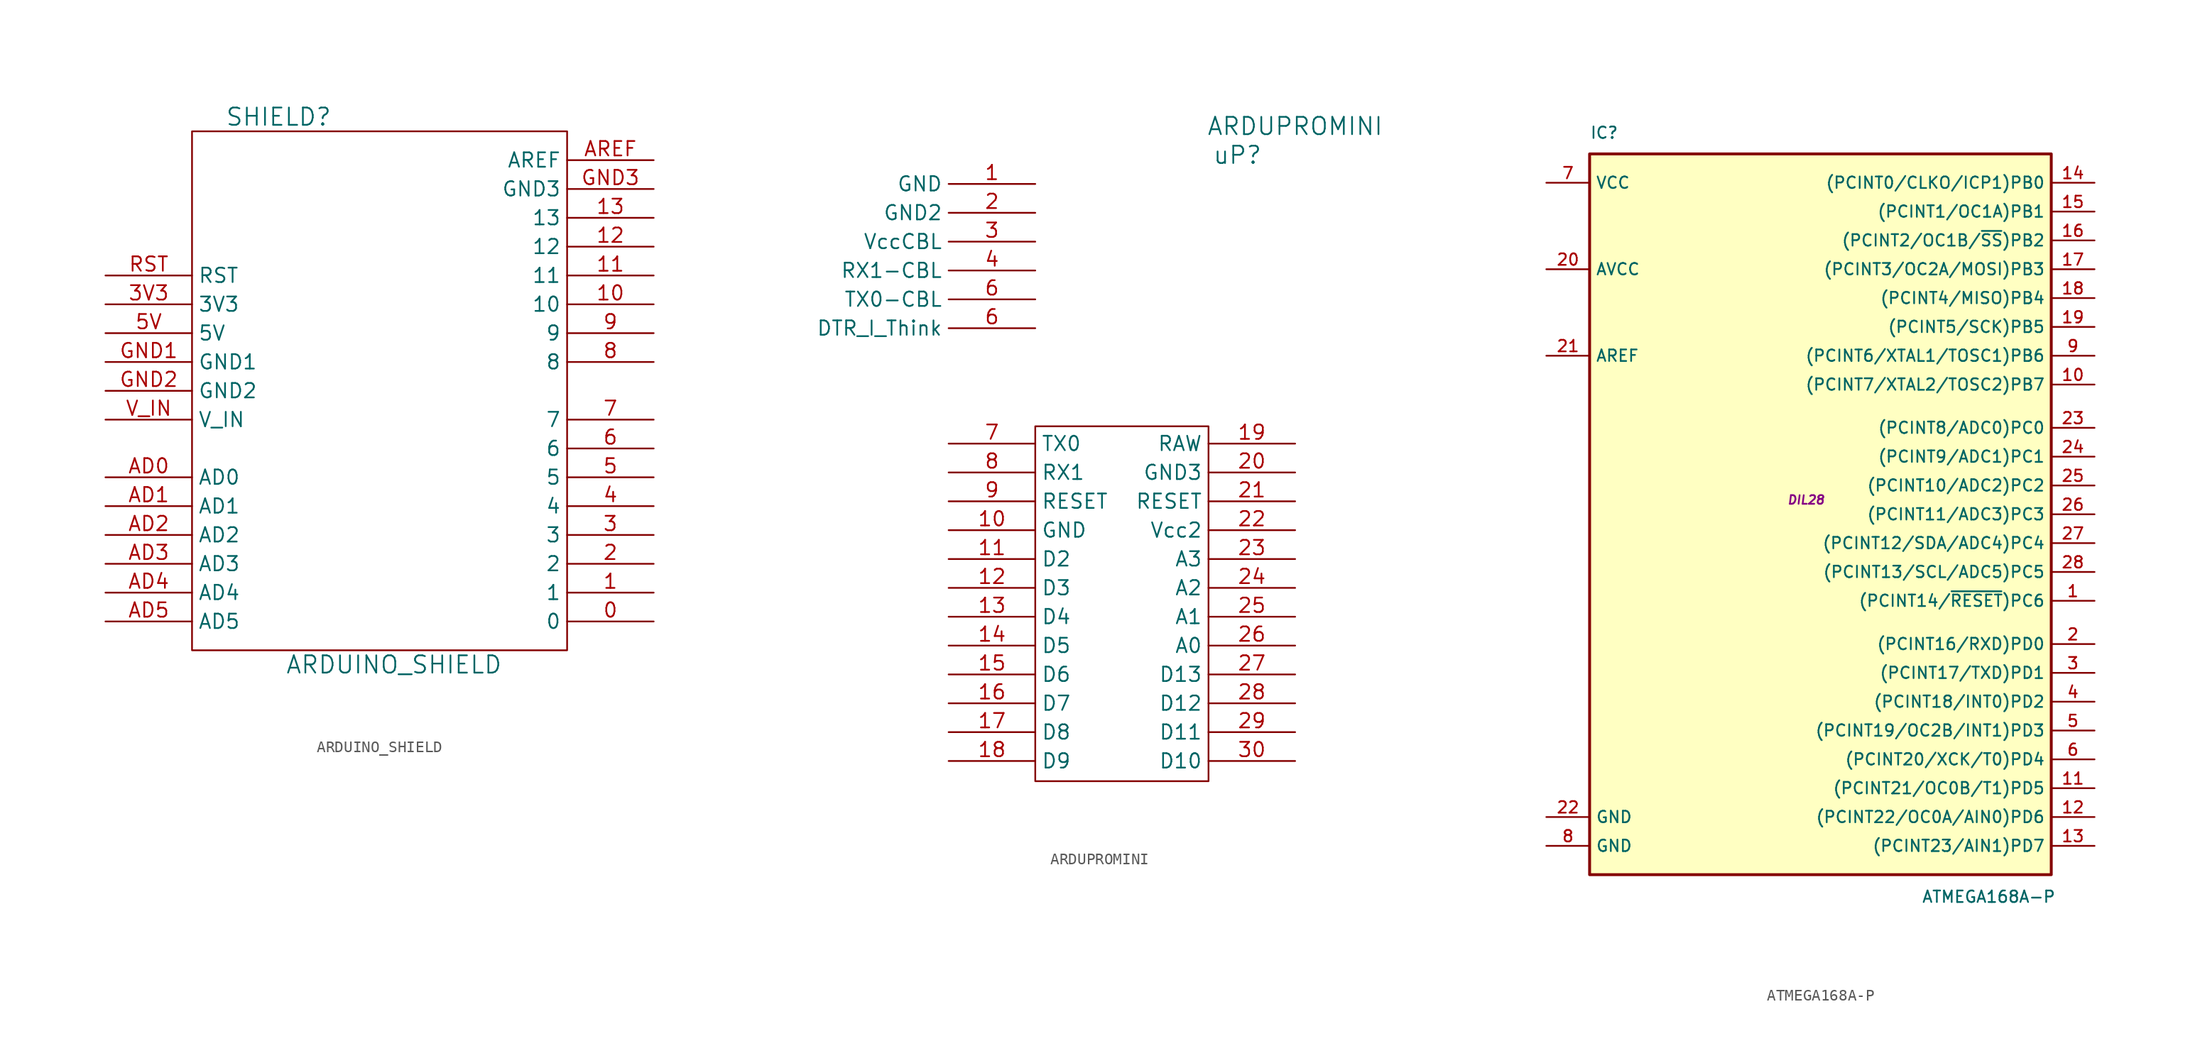
<source format=kicad_sym>
(kicad_symbol_lib
  (version 20201005)
  (generator kicad_symbol_editor)
  (symbol "Zimprich_neu:ARDUINO_SHIELD"
    (property "Reference" "SHIELD"
      (at -8.89 24.13 0)
      (effects (font (size 1.524 1.524))))
    (property "Value" "ARDUINO_SHIELD"
      (at 1.27 -24.13 0)
      (effects (font (size 1.524 1.524))))
    (property "Footprint" ""
      (at 0 0 0)
      (effects (font (size 1.524 1.524))))
    (property "Datasheet" ""
      (at 0 0 0)
      (effects (font (size 1.524 1.524))))
    (symbol "ARDUINO_SHIELD_0_1"
      (rectangle (start -16.51 -22.86) (end 16.51 22.86) (stroke (width 0)) (fill (type none))))
    (symbol "ARDUINO_SHIELD_1_1"
      (pin bidirectional line (at 24.13 -20.32 180) (length 7.62) (name "0" (effects (font (size 1.27 1.27)))) (number "0" (effects (font (size 1.27 1.27)))))
      (pin bidirectional line (at 24.13 -17.78 180) (length 7.62) (name "1" (effects (font (size 1.27 1.27)))) (number "1" (effects (font (size 1.27 1.27)))))
      (pin bidirectional line (at 24.13 7.62 180) (length 7.62) (name "10" (effects (font (size 1.27 1.27)))) (number "10" (effects (font (size 1.27 1.27)))))
      (pin bidirectional line (at 24.13 10.16 180) (length 7.62) (name "11" (effects (font (size 1.27 1.27)))) (number "11" (effects (font (size 1.27 1.27)))))
      (pin bidirectional line (at 24.13 12.7 180) (length 7.62) (name "12" (effects (font (size 1.27 1.27)))) (number "12" (effects (font (size 1.27 1.27)))))
      (pin bidirectional line (at 24.13 15.24 180) (length 7.62) (name "13" (effects (font (size 1.27 1.27)))) (number "13" (effects (font (size 1.27 1.27)))))
      (pin bidirectional line (at 24.13 -15.24 180) (length 7.62) (name "2" (effects (font (size 1.27 1.27)))) (number "2" (effects (font (size 1.27 1.27)))))
      (pin bidirectional line (at 24.13 -12.7 180) (length 7.62) (name "3" (effects (font (size 1.27 1.27)))) (number "3" (effects (font (size 1.27 1.27)))))
      (pin power_in line (at -24.13 7.62 0) (length 7.62) (name "3V3" (effects (font (size 1.27 1.27)))) (number "3V3" (effects (font (size 1.27 1.27)))))
      (pin bidirectional line (at 24.13 -10.16 180) (length 7.62) (name "4" (effects (font (size 1.27 1.27)))) (number "4" (effects (font (size 1.27 1.27)))))
      (pin bidirectional line (at 24.13 -7.62 180) (length 7.62) (name "5" (effects (font (size 1.27 1.27)))) (number "5" (effects (font (size 1.27 1.27)))))
      (pin power_in line (at -24.13 5.08 0) (length 7.62) (name "5V" (effects (font (size 1.27 1.27)))) (number "5V" (effects (font (size 1.27 1.27)))))
      (pin bidirectional line (at 24.13 -5.08 180) (length 7.62) (name "6" (effects (font (size 1.27 1.27)))) (number "6" (effects (font (size 1.27 1.27)))))
      (pin bidirectional line (at 24.13 -2.54 180) (length 7.62) (name "7" (effects (font (size 1.27 1.27)))) (number "7" (effects (font (size 1.27 1.27)))))
      (pin bidirectional line (at 24.13 2.54 180) (length 7.62) (name "8" (effects (font (size 1.27 1.27)))) (number "8" (effects (font (size 1.27 1.27)))))
      (pin bidirectional line (at 24.13 5.08 180) (length 7.62) (name "9" (effects (font (size 1.27 1.27)))) (number "9" (effects (font (size 1.27 1.27)))))
      (pin bidirectional line (at -24.13 -7.62 0) (length 7.62) (name "AD0" (effects (font (size 1.27 1.27)))) (number "AD0" (effects (font (size 1.27 1.27)))))
      (pin bidirectional line (at -24.13 -10.16 0) (length 7.62) (name "AD1" (effects (font (size 1.27 1.27)))) (number "AD1" (effects (font (size 1.27 1.27)))))
      (pin bidirectional line (at -24.13 -12.7 0) (length 7.62) (name "AD2" (effects (font (size 1.27 1.27)))) (number "AD2" (effects (font (size 1.27 1.27)))))
      (pin bidirectional line (at -24.13 -15.24 0) (length 7.62) (name "AD3" (effects (font (size 1.27 1.27)))) (number "AD3" (effects (font (size 1.27 1.27)))))
      (pin bidirectional line (at -24.13 -17.78 0) (length 7.62) (name "AD4" (effects (font (size 1.27 1.27)))) (number "AD4" (effects (font (size 1.27 1.27)))))
      (pin bidirectional line (at -24.13 -20.32 0) (length 7.62) (name "AD5" (effects (font (size 1.27 1.27)))) (number "AD5" (effects (font (size 1.27 1.27)))))
      (pin power_in line (at 24.13 20.32 180) (length 7.62) (name "AREF" (effects (font (size 1.27 1.27)))) (number "AREF" (effects (font (size 1.27 1.27)))))
      (pin power_in line (at -24.13 2.54 0) (length 7.62) (name "GND1" (effects (font (size 1.27 1.27)))) (number "GND1" (effects (font (size 1.27 1.27)))))
      (pin power_in line (at -24.13 0 0) (length 7.62) (name "GND2" (effects (font (size 1.27 1.27)))) (number "GND2" (effects (font (size 1.27 1.27)))))
      (pin power_in line (at 24.13 17.78 180) (length 7.62) (name "GND3" (effects (font (size 1.27 1.27)))) (number "GND3" (effects (font (size 1.27 1.27)))))
      (pin input line (at -24.13 10.16 0) (length 7.62) (name "RST" (effects (font (size 1.27 1.27)))) (number "RST" (effects (font (size 1.27 1.27)))))
      (pin power_in line (at -24.13 -2.54 0) (length 7.62) (name "V_IN" (effects (font (size 1.27 1.27)))) (number "V_IN" (effects (font (size 1.27 1.27)))))))
  (symbol "Zimprich_neu:ARDUPROMINI"
    (property "Reference" "uP"
      (at -5.08 -2.54 0)
      (effects (font (size 1.524 1.524))))
    (property "Value" "ARDUPROMINI"
      (at 0 0 0)
      (effects (font (size 1.524 1.524))))
    (property "Footprint" ""
      (at 0 0 0)
      (effects (font (size 1.524 1.524))))
    (property "Datasheet" ""
      (at 0 0 0)
      (effects (font (size 1.524 1.524))))
    (symbol "ARDUPROMINI_0_1"
      (rectangle (start -22.86 -57.658) (end -7.62 -26.416) (stroke (width 0)) (fill (type none))))
    (symbol "ARDUPROMINI_1_1"
      (pin unspecified line (at -22.86 -5.08 180) (length 7.62) (name "GND" (effects (font (size 1.27 1.27)))) (number "1" (effects (font (size 1.27 1.27)))))
      (pin unspecified line (at -30.48 -35.56 0) (length 7.62) (name "GND" (effects (font (size 1.27 1.27)))) (number "10" (effects (font (size 1.27 1.27)))))
      (pin bidirectional line (at -30.48 -38.1 0) (length 7.62) (name "D2" (effects (font (size 1.27 1.27)))) (number "11" (effects (font (size 1.27 1.27)))))
      (pin bidirectional line (at -30.48 -40.64 0) (length 7.62) (name "D3" (effects (font (size 1.27 1.27)))) (number "12" (effects (font (size 1.27 1.27)))))
      (pin bidirectional line (at -30.48 -43.18 0) (length 7.62) (name "D4" (effects (font (size 1.27 1.27)))) (number "13" (effects (font (size 1.27 1.27)))))
      (pin bidirectional line (at -30.48 -45.72 0) (length 7.62) (name "D5" (effects (font (size 1.27 1.27)))) (number "14" (effects (font (size 1.27 1.27)))))
      (pin bidirectional line (at -30.48 -48.26 0) (length 7.62) (name "D6" (effects (font (size 1.27 1.27)))) (number "15" (effects (font (size 1.27 1.27)))))
      (pin bidirectional line (at -30.48 -50.8 0) (length 7.62) (name "D7" (effects (font (size 1.27 1.27)))) (number "16" (effects (font (size 1.27 1.27)))))
      (pin bidirectional line (at -30.48 -53.34 0) (length 7.62) (name "D8" (effects (font (size 1.27 1.27)))) (number "17" (effects (font (size 1.27 1.27)))))
      (pin bidirectional line (at -30.48 -55.88 0) (length 7.62) (name "D9" (effects (font (size 1.27 1.27)))) (number "18" (effects (font (size 1.27 1.27)))))
      (pin unspecified line (at 0 -27.94 180) (length 7.62) (name "RAW" (effects (font (size 1.27 1.27)))) (number "19" (effects (font (size 1.27 1.27)))))
      (pin unspecified line (at -22.86 -7.62 180) (length 7.62) (name "GND2" (effects (font (size 1.27 1.27)))) (number "2" (effects (font (size 1.27 1.27)))))
      (pin unspecified line (at 0 -30.48 180) (length 7.62) (name "GND3" (effects (font (size 1.27 1.27)))) (number "20" (effects (font (size 1.27 1.27)))))
      (pin input line (at 0 -33.02 180) (length 7.62) (name "RESET" (effects (font (size 1.27 1.27)))) (number "21" (effects (font (size 1.27 1.27)))))
      (pin unspecified line (at 0 -35.56 180) (length 7.62) (name "Vcc2" (effects (font (size 1.27 1.27)))) (number "22" (effects (font (size 1.27 1.27)))))
      (pin bidirectional line (at 0 -38.1 180) (length 7.62) (name "A3" (effects (font (size 1.27 1.27)))) (number "23" (effects (font (size 1.27 1.27)))))
      (pin bidirectional line (at 0 -40.64 180) (length 7.62) (name "A2" (effects (font (size 1.27 1.27)))) (number "24" (effects (font (size 1.27 1.27)))))
      (pin bidirectional line (at 0 -43.18 180) (length 7.62) (name "A1" (effects (font (size 1.27 1.27)))) (number "25" (effects (font (size 1.27 1.27)))))
      (pin bidirectional line (at 0 -45.72 180) (length 7.62) (name "A0" (effects (font (size 1.27 1.27)))) (number "26" (effects (font (size 1.27 1.27)))))
      (pin bidirectional line (at 0 -48.26 180) (length 7.62) (name "D13" (effects (font (size 1.27 1.27)))) (number "27" (effects (font (size 1.27 1.27)))))
      (pin input line (at 0 -50.8 180) (length 7.62) (name "D12" (effects (font (size 1.27 1.27)))) (number "28" (effects (font (size 1.27 1.27)))))
      (pin bidirectional line (at 0 -53.34 180) (length 7.62) (name "D11" (effects (font (size 1.27 1.27)))) (number "29" (effects (font (size 1.27 1.27)))))
      (pin power_in line (at -22.86 -10.16 180) (length 7.62) (name "VccCBL" (effects (font (size 1.27 1.27)))) (number "3" (effects (font (size 1.27 1.27)))))
      (pin bidirectional line (at 0 -55.88 180) (length 7.62) (name "D10" (effects (font (size 1.27 1.27)))) (number "30" (effects (font (size 1.27 1.27)))))
      (pin unspecified line (at -22.86 -12.7 180) (length 7.62) (name "RX1-CBL" (effects (font (size 1.27 1.27)))) (number "4" (effects (font (size 1.27 1.27)))))
      (pin unspecified line (at -22.86 -17.78 180) (length 7.62) (name "DTR_I_Think" (effects (font (size 1.27 1.27)))) (number "6" (effects (font (size 1.27 1.27)))))
      (pin unspecified line (at -22.86 -15.24 180) (length 7.62) (name "TX0-CBL" (effects (font (size 1.27 1.27)))) (number "6" (effects (font (size 1.27 1.27)))))
      (pin bidirectional line (at -30.48 -27.94 0) (length 7.62) (name "TX0" (effects (font (size 1.27 1.27)))) (number "7" (effects (font (size 1.27 1.27)))))
      (pin bidirectional line (at -30.48 -30.48 0) (length 7.62) (name "RX1" (effects (font (size 1.27 1.27)))) (number "8" (effects (font (size 1.27 1.27)))))
      (pin input line (at -30.48 -33.02 0) (length 7.62) (name "RESET" (effects (font (size 1.27 1.27)))) (number "9" (effects (font (size 1.27 1.27)))))))
  (symbol "Zimprich_neu:ATMEGA168A-P"
    (property "Reference" "IC"
      (at -19.05 31.75 0)
      (effects (font (size 1.016 1.016)) (justify left bottom)))
    (property "Value" "ATMEGA168A-P"
      (at 10.16 -35.56 0)
      (effects (font (size 1.016 1.016)) (justify left bottom)))
    (property "Footprint" "DIL28"
      (at 0 0 0)
      (effects (font (size 0.762 0.762) italic)))
    (property "Datasheet" ""
      (at 0 0 0)
      (effects (font (size 1.524 1.524))))
    (symbol "ATMEGA168A-P_0_1"
      (rectangle (start -19.05 30.48) (end 21.59 -33.02) (stroke (width 0.254)) (fill (type background))))
    (symbol "ATMEGA168A-P_1_1"
      (pin bidirectional line (at 25.4 -8.89 180) (length 3.81) (name "(PCINT14/~RESET~)PC6" (effects (font (size 1.016 1.016)))) (number "1" (effects (font (size 1.016 1.016)))))
      (pin bidirectional line (at 25.4 10.16 180) (length 3.81) (name "(PCINT7/XTAL2/TOSC2)PB7" (effects (font (size 1.016 1.016)))) (number "10" (effects (font (size 1.016 1.016)))))
      (pin bidirectional line (at 25.4 -25.4 180) (length 3.81) (name "(PCINT21/OC0B/T1)PD5" (effects (font (size 1.016 1.016)))) (number "11" (effects (font (size 1.016 1.016)))))
      (pin bidirectional line (at 25.4 -27.94 180) (length 3.81) (name "(PCINT22/OC0A/AIN0)PD6" (effects (font (size 1.016 1.016)))) (number "12" (effects (font (size 1.016 1.016)))))
      (pin bidirectional line (at 25.4 -30.48 180) (length 3.81) (name "(PCINT23/AIN1)PD7" (effects (font (size 1.016 1.016)))) (number "13" (effects (font (size 1.016 1.016)))))
      (pin bidirectional line (at 25.4 27.94 180) (length 3.81) (name "(PCINT0/CLKO/ICP1)PB0" (effects (font (size 1.016 1.016)))) (number "14" (effects (font (size 1.016 1.016)))))
      (pin bidirectional line (at 25.4 25.4 180) (length 3.81) (name "(PCINT1/OC1A)PB1" (effects (font (size 1.016 1.016)))) (number "15" (effects (font (size 1.016 1.016)))))
      (pin bidirectional line (at 25.4 22.86 180) (length 3.81) (name "(PCINT2/OC1B/~SS~)PB2" (effects (font (size 1.016 1.016)))) (number "16" (effects (font (size 1.016 1.016)))))
      (pin bidirectional line (at 25.4 20.32 180) (length 3.81) (name "(PCINT3/OC2A/MOSI)PB3" (effects (font (size 1.016 1.016)))) (number "17" (effects (font (size 1.016 1.016)))))
      (pin bidirectional line (at 25.4 17.78 180) (length 3.81) (name "(PCINT4/MISO)PB4" (effects (font (size 1.016 1.016)))) (number "18" (effects (font (size 1.016 1.016)))))
      (pin bidirectional line (at 25.4 15.24 180) (length 3.81) (name "(PCINT5/SCK)PB5" (effects (font (size 1.016 1.016)))) (number "19" (effects (font (size 1.016 1.016)))))
      (pin bidirectional line (at 25.4 -12.7 180) (length 3.81) (name "(PCINT16/RXD)PD0" (effects (font (size 1.016 1.016)))) (number "2" (effects (font (size 1.016 1.016)))))
      (pin power_in line (at -22.86 20.32 0) (length 3.81) (name "AVCC" (effects (font (size 1.016 1.016)))) (number "20" (effects (font (size 1.016 1.016)))))
      (pin bidirectional line (at -22.86 12.7 0) (length 3.81) (name "AREF" (effects (font (size 1.016 1.016)))) (number "21" (effects (font (size 1.016 1.016)))))
      (pin power_in line (at -22.86 -27.94 0) (length 3.81) (name "GND" (effects (font (size 1.016 1.016)))) (number "22" (effects (font (size 1.016 1.016)))))
      (pin bidirectional line (at 25.4 6.35 180) (length 3.81) (name "(PCINT8/ADC0)PC0" (effects (font (size 1.016 1.016)))) (number "23" (effects (font (size 1.016 1.016)))))
      (pin bidirectional line (at 25.4 3.81 180) (length 3.81) (name "(PCINT9/ADC1)PC1" (effects (font (size 1.016 1.016)))) (number "24" (effects (font (size 1.016 1.016)))))
      (pin bidirectional line (at 25.4 1.27 180) (length 3.81) (name "(PCINT10/ADC2)PC2" (effects (font (size 1.016 1.016)))) (number "25" (effects (font (size 1.016 1.016)))))
      (pin bidirectional line (at 25.4 -1.27 180) (length 3.81) (name "(PCINT11/ADC3)PC3" (effects (font (size 1.016 1.016)))) (number "26" (effects (font (size 1.016 1.016)))))
      (pin bidirectional line (at 25.4 -3.81 180) (length 3.81) (name "(PCINT12/SDA/ADC4)PC4" (effects (font (size 1.016 1.016)))) (number "27" (effects (font (size 1.016 1.016)))))
      (pin bidirectional line (at 25.4 -6.35 180) (length 3.81) (name "(PCINT13/SCL/ADC5)PC5" (effects (font (size 1.016 1.016)))) (number "28" (effects (font (size 1.016 1.016)))))
      (pin bidirectional line (at 25.4 -15.24 180) (length 3.81) (name "(PCINT17/TXD)PD1" (effects (font (size 1.016 1.016)))) (number "3" (effects (font (size 1.016 1.016)))))
      (pin bidirectional line (at 25.4 -17.78 180) (length 3.81) (name "(PCINT18/INT0)PD2" (effects (font (size 1.016 1.016)))) (number "4" (effects (font (size 1.016 1.016)))))
      (pin bidirectional line (at 25.4 -20.32 180) (length 3.81) (name "(PCINT19/OC2B/INT1)PD3" (effects (font (size 1.016 1.016)))) (number "5" (effects (font (size 1.016 1.016)))))
      (pin bidirectional line (at 25.4 -22.86 180) (length 3.81) (name "(PCINT20/XCK/T0)PD4" (effects (font (size 1.016 1.016)))) (number "6" (effects (font (size 1.016 1.016)))))
      (pin power_in line (at -22.86 27.94 0) (length 3.81) (name "VCC" (effects (font (size 1.016 1.016)))) (number "7" (effects (font (size 1.016 1.016)))))
      (pin power_in line (at -22.86 -30.48 0) (length 3.81) (name "GND" (effects (font (size 1.016 1.016)))) (number "8" (effects (font (size 1.016 1.016)))))
      (pin bidirectional line (at 25.4 12.7 180) (length 3.81) (name "(PCINT6/XTAL1/TOSC1)PB6" (effects (font (size 1.016 1.016)))) (number "9" (effects (font (size 1.016 1.016))))))))
</source>
